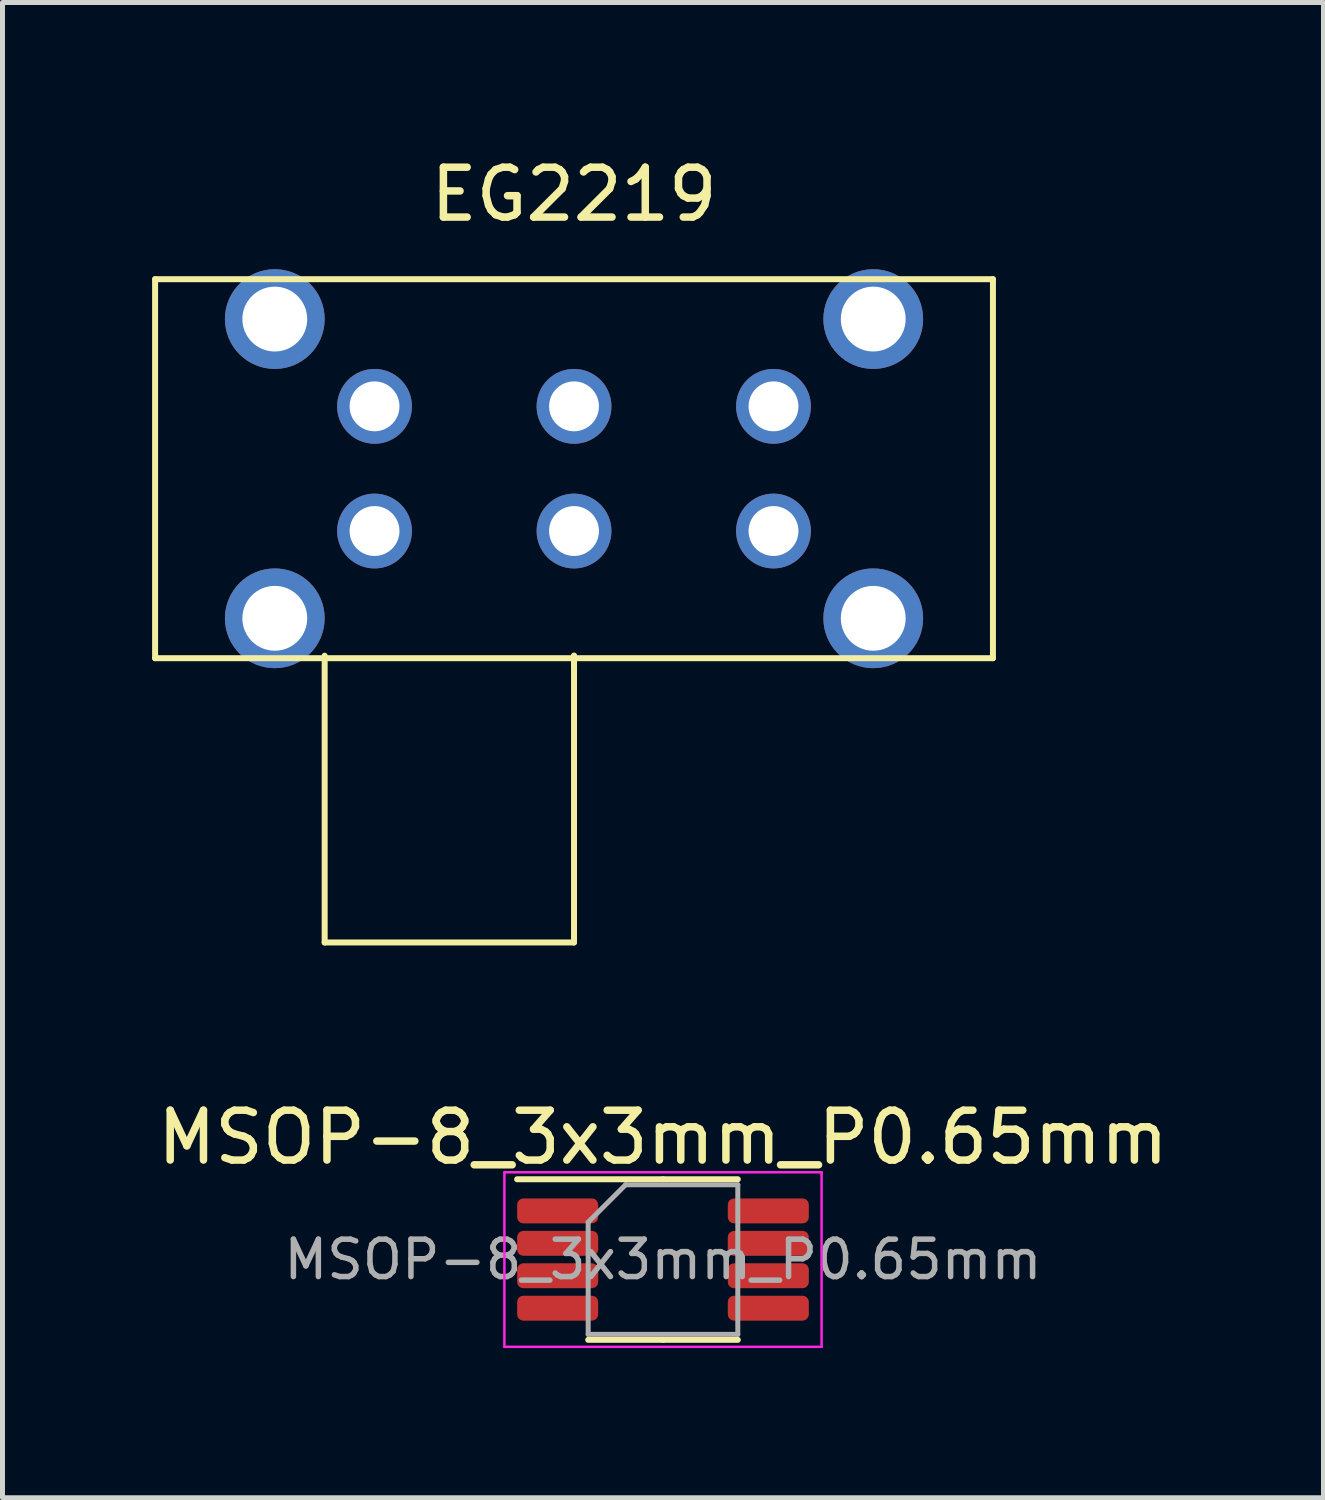
<source format=kicad_pcb>
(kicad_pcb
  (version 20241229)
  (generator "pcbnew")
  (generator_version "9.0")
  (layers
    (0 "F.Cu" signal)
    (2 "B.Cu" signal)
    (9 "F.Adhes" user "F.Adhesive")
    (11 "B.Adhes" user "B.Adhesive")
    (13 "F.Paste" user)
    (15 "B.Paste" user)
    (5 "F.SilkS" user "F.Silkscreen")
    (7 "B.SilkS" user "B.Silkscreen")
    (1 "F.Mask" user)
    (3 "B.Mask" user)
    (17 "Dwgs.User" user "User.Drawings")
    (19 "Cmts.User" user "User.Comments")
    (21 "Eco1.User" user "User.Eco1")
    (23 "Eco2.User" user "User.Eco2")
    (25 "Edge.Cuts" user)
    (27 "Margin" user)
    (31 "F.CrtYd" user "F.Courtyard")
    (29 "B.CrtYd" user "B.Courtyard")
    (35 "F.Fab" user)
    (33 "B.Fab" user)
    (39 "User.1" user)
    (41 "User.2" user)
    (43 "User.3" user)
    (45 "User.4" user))
  (footprint "MSOP-8_3x3mm_P0.65mm"
    (layer "F.Cu")
    (at 10.244 22.206)
    (property "Reference" "MSOP-8_3x3mm_P0.65mm" (at 0 -2.45 0) (layer "F.SilkS") (effects (font (size 1 1) (thickness 0.15))))
    (attr smd)
    (fp_line (start 0 -1.61) (end -2.925 -1.61) (stroke (width 0.12) (type solid)) (layer "F.SilkS"))
    (fp_line (start 0 -1.61) (end 1.5 -1.61) (stroke (width 0.12) (type solid)) (layer "F.SilkS"))
    (fp_line (start 0 1.61) (end -1.5 1.61) (stroke (width 0.12) (type solid)) (layer "F.SilkS"))
    (fp_line (start 0 1.61) (end 1.5 1.61) (stroke (width 0.12) (type solid)) (layer "F.SilkS"))
    (fp_line (start -3.18 -1.75) (end -3.18 1.75) (stroke (width 0.05) (type solid)) (layer "F.CrtYd"))
    (fp_line (start -3.18 1.75) (end 3.18 1.75) (stroke (width 0.05) (type solid)) (layer "F.CrtYd"))
    (fp_line (start 3.18 -1.75) (end -3.18 -1.75) (stroke (width 0.05) (type solid)) (layer "F.CrtYd"))
    (fp_line (start 3.18 1.75) (end 3.18 -1.75) (stroke (width 0.05) (type solid)) (layer "F.CrtYd"))
    (fp_line (start -1.5 -0.75) (end -0.75 -1.5) (stroke (width 0.1) (type solid)) (layer "F.Fab"))
    (fp_line (start -1.5 1.5) (end -1.5 -0.75) (stroke (width 0.1) (type solid)) (layer "F.Fab"))
    (fp_line (start -0.75 -1.5) (end 1.5 -1.5) (stroke (width 0.1) (type solid)) (layer "F.Fab"))
    (fp_line (start 1.5 -1.5) (end 1.5 1.5) (stroke (width 0.1) (type solid)) (layer "F.Fab"))
    (fp_line (start 1.5 1.5) (end -1.5 1.5) (stroke (width 0.1) (type solid)) (layer "F.Fab"))
    (fp_text user "${REFERENCE}" (at 0 0 0) (layer "F.Fab") (effects (font (size 0.75 0.75) (thickness 0.11))))
    (pad "1" smd roundrect (at -2.112 -0.975) (size 1.625 0.5) (layers "F.Cu" "F.Mask" "F.Paste") (roundrect_rratio 0.25))
    (pad "2" smd roundrect (at -2.112 -0.325) (size 1.625 0.5) (layers "F.Cu" "F.Mask" "F.Paste") (roundrect_rratio 0.25))
    (pad "3" smd roundrect (at -2.112 0.325) (size 1.625 0.5) (layers "F.Cu" "F.Mask" "F.Paste") (roundrect_rratio 0.25))
    (pad "4" smd roundrect (at -2.112 0.975) (size 1.625 0.5) (layers "F.Cu" "F.Mask" "F.Paste") (roundrect_rratio 0.25))
    (pad "5" smd roundrect (at 2.112 0.975) (size 1.625 0.5) (layers "F.Cu" "F.Mask" "F.Paste") (roundrect_rratio 0.25))
    (pad "6" smd roundrect (at 2.112 0.325) (size 1.625 0.5) (layers "F.Cu" "F.Mask" "F.Paste") (roundrect_rratio 0.25))
    (pad "7" smd roundrect (at 2.112 -0.325) (size 1.625 0.5) (layers "F.Cu" "F.Mask" "F.Paste") (roundrect_rratio 0.25))
    (pad "8" smd roundrect (at 2.112 -0.975) (size 1.625 0.5) (layers "F.Cu" "F.Mask" "F.Paste") (roundrect_rratio 0.25)))
  (footprint "EG2219"
    (layer "F.Cu")
    (at 8.46 6.348)
    (property "Reference" "EG2219" (at 0 -5.5 0) (layer "F.SilkS") (effects (font (size 1 1) (thickness 0.15))))
    (attr through_hole)
    (fp_line (start -8.4 -3.8) (end 8.4 -3.8) (stroke (width 0.12) (type solid)) (layer "F.SilkS"))
    (fp_line (start -8.4 3.8) (end -8.4 -3.8) (stroke (width 0.12) (type solid)) (layer "F.SilkS"))
    (fp_line (start -5 3.75) (end -5 9.5) (stroke (width 0.12) (type solid)) (layer "F.SilkS"))
    (fp_line (start -5 9.5) (end 0 9.5) (stroke (width 0.12) (type solid)) (layer "F.SilkS"))
    (fp_line (start 0 3.75) (end 0 4) (stroke (width 0.12) (type solid)) (layer "F.SilkS"))
    (fp_line (start 0 9.5) (end 0 3.75) (stroke (width 0.12) (type solid)) (layer "F.SilkS"))
    (fp_line (start 8.4 -3.8) (end 8.4 3.8) (stroke (width 0.12) (type solid)) (layer "F.SilkS"))
    (fp_line (start 8.4 3.8) (end -8.4 3.8) (stroke (width 0.12) (type solid)) (layer "F.SilkS"))
    (pad "1" thru_hole circle (at -4 1.25) (size 1.5 1.5) (drill 1) (layers "*.Cu" "*.Mask"))
    (pad "2" thru_hole circle (at 0 1.25) (size 1.5 1.5) (drill 1) (layers "*.Cu" "*.Mask"))
    (pad "3" thru_hole circle (at 4 1.25) (size 1.5 1.5) (drill 1) (layers "*.Cu" "*.Mask"))
    (pad "4" thru_hole circle (at -4 -1.25) (size 1.5 1.5) (drill 1) (layers "*.Cu" "*.Mask"))
    (pad "5" thru_hole circle (at 0 -1.25) (size 1.5 1.5) (drill 1) (layers "*.Cu" "*.Mask"))
    (pad "6" thru_hole circle (at 4 -1.25) (size 1.5 1.5) (drill 1) (layers "*.Cu" "*.Mask"))
    (pad "7" thru_hole circle (at -6 -3) (size 2 2) (drill 1.3) (layers "*.Cu" "*.Mask"))
    (pad "7" thru_hole circle (at -6 3) (size 2 2) (drill 1.3) (layers "*.Cu" "*.Mask"))
    (pad "7" thru_hole circle (at 6 -3) (size 2 2) (drill 1.3) (layers "*.Cu" "*.Mask"))
    (pad "7" thru_hole circle (at 6 3) (size 2 2) (drill 1.3) (layers "*.Cu" "*.Mask")))
  (gr_rect
    (start -3 -3)
    (end 23.488 26.982)
    (stroke (width 0.1) (type default))
    (fill no)
    (layer "Edge.Cuts")))
</source>
